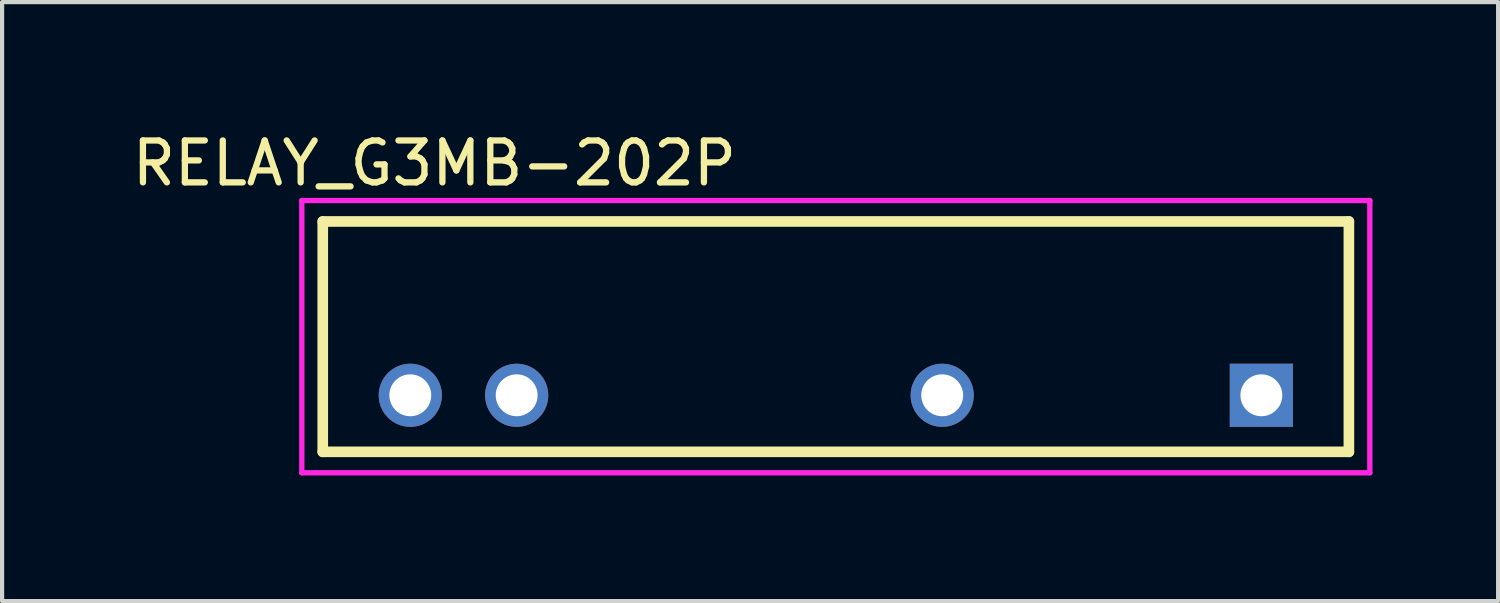
<source format=kicad_pcb>
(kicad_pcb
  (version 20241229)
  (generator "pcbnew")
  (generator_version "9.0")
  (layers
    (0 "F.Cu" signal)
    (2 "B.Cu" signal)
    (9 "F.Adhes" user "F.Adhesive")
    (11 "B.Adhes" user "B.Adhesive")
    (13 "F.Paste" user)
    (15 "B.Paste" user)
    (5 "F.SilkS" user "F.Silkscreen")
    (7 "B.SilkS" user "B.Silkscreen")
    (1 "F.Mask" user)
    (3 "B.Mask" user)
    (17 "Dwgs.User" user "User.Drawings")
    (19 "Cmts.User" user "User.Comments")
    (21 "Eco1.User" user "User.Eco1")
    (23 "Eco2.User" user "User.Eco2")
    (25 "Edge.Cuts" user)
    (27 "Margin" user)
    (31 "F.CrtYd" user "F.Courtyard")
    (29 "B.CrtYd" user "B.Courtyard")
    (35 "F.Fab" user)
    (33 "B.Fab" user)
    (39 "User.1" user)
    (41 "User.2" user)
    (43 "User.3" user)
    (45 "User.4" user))
  (footprint "RELAY_G3MB-202P"
    (layer "F.Cu")
    (at 16.906 4.988)
    (property "Reference" "RELAY_G3MB-202P" (at -9.584 -4.139 0) (layer "F.SilkS") (effects (font (size 1.001 1.001) (thickness 0.15))))
    (attr through_hole)
    (fp_line (start -12.25 -2.75) (end -12.25 2.75) (stroke (width 0.254) (type solid)) (layer "F.SilkS"))
    (fp_line (start -12.25 2.75) (end 12.25 2.75) (stroke (width 0.254) (type solid)) (layer "F.SilkS"))
    (fp_line (start 12.25 -2.75) (end -12.25 -2.75) (stroke (width 0.254) (type solid)) (layer "F.SilkS"))
    (fp_line (start 12.25 2.75) (end 12.25 -2.75) (stroke (width 0.254) (type solid)) (layer "F.SilkS"))
    (fp_line (start -12.75 -3.25) (end 12.75 -3.25) (stroke (width 0.127) (type solid)) (layer "F.CrtYd"))
    (fp_line (start -12.75 3.25) (end -12.75 -3.25) (stroke (width 0.127) (type solid)) (layer "F.CrtYd"))
    (fp_line (start 12.75 -3.25) (end 12.75 3.25) (stroke (width 0.127) (type solid)) (layer "F.CrtYd"))
    (fp_line (start 12.75 3.25) (end -12.75 3.25) (stroke (width 0.127) (type solid)) (layer "F.CrtYd"))
    (pad "1" thru_hole rect (at 10.16 1.4) (size 1.508 1.508) (drill 1) (layers "*.Cu" "*.Mask"))
    (pad "2" thru_hole circle (at 2.54 1.4) (size 1.508 1.508) (drill 1) (layers "*.Cu" "*.Mask"))
    (pad "3" thru_hole circle (at -7.62 1.4) (size 1.508 1.508) (drill 1) (layers "*.Cu" "*.Mask"))
    (pad "4" thru_hole circle (at -10.16 1.4) (size 1.508 1.508) (drill 1) (layers "*.Cu" "*.Mask")))
  (gr_rect
    (start -3 -3)
    (end 32.719 11.301)
    (stroke (width 0.1) (type default))
    (fill no)
    (layer "Edge.Cuts")))
</source>
